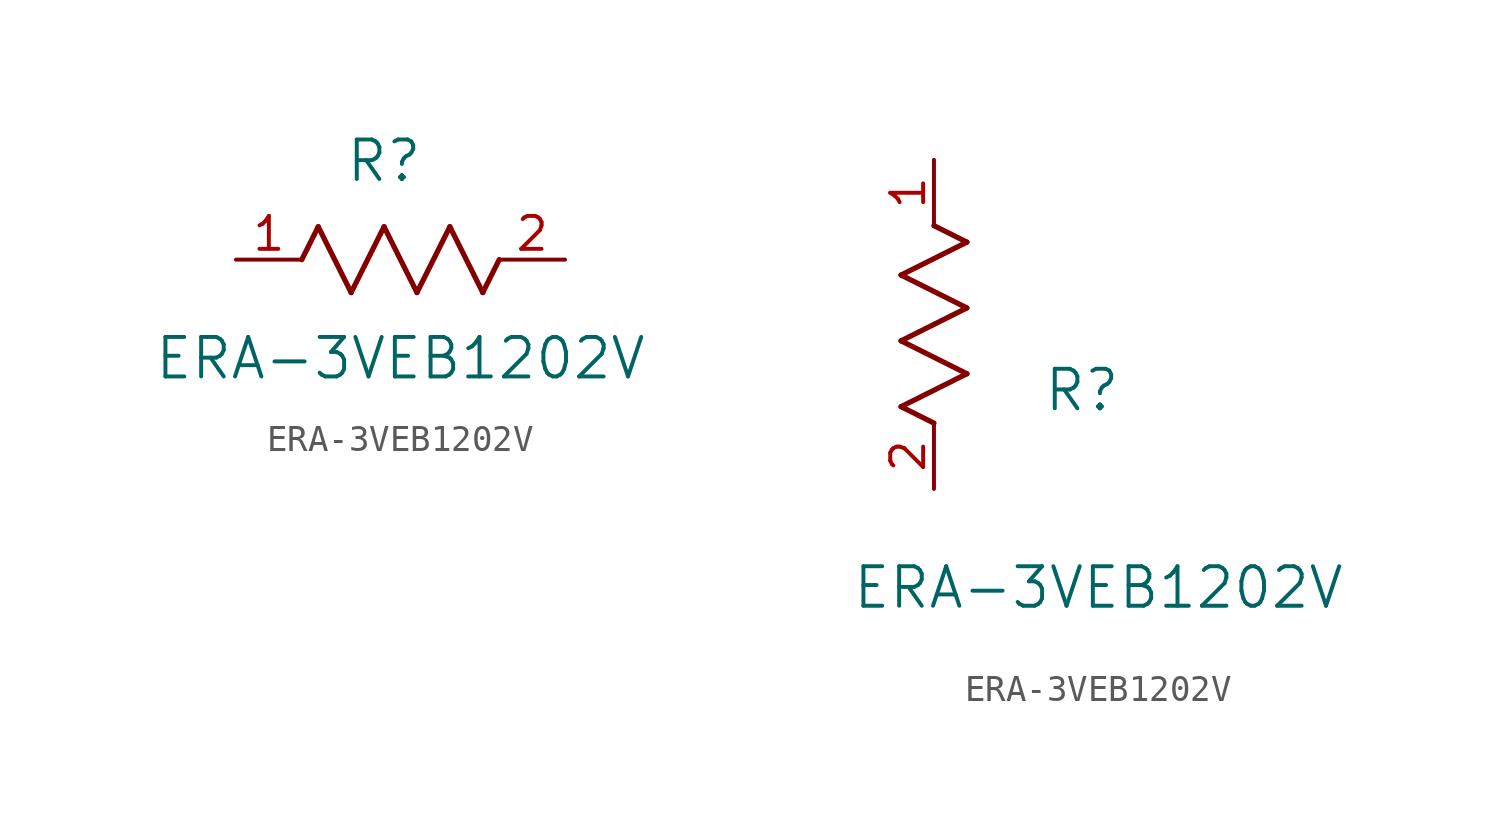
<source format=kicad_sym>
(kicad_symbol_lib
  (version 20211014)
  (generator kicad_symbol_editor)
  (symbol "ERA-3VEB1202V"
    (pin_names
      (offset 0.254))
    (property "Reference" "R"
      (at 5.715 3.81 0)
      (effects (font (size 1.524 1.524))))
    (property "Value" "ERA-3VEB1202V"
      (at 6.35 -3.81 0)
      (effects (font (size 1.524 1.524))))
    (symbol "ERA-3VEB1202V_1_1"
      (polyline (pts (xy 3.175 1.27) (xy 4.445 -1.27)) (stroke (width 0.203) (type default) (color 0 0 0 0)) (fill (type none)))
      (polyline (pts (xy 4.445 -1.27) (xy 5.715 1.27)) (stroke (width 0.203) (type default) (color 0 0 0 0)) (fill (type none)))
      (polyline (pts (xy 5.715 1.27) (xy 6.985 -1.27)) (stroke (width 0.203) (type default) (color 0 0 0 0)) (fill (type none)))
      (polyline (pts (xy 6.985 -1.27) (xy 8.255 1.27)) (stroke (width 0.203) (type default) (color 0 0 0 0)) (fill (type none)))
      (polyline (pts (xy 8.255 1.27) (xy 9.525 -1.27)) (stroke (width 0.203) (type default) (color 0 0 0 0)) (fill (type none)))
      (polyline (pts (xy 2.54 0) (xy 3.175 1.27)) (stroke (width 0.203) (type default) (color 0 0 0 0)) (fill (type none)))
      (polyline (pts (xy 9.525 -1.27) (xy 10.16 0)) (stroke (width 0.203) (type default) (color 0 0 0 0)) (fill (type none)))
      (pin unspecified line (at 0 0 0) (length 2.54) (name "" (effects (font (size 1.27 1.27)))) (number "1" (effects (font (size 1.27 1.27)))))
      (pin unspecified line (at 12.7 0 180) (length 2.54) (name "" (effects (font (size 1.27 1.27)))) (number "2" (effects (font (size 1.27 1.27))))))
    (symbol "ERA-3VEB1202V_1_2"
      (polyline (pts (xy 0 2.54) (xy -1.27 3.175)) (stroke (width 0.203) (type default) (color 0 0 0 0)) (fill (type none)))
      (polyline (pts (xy -1.27 3.175) (xy 1.27 4.445)) (stroke (width 0.203) (type default) (color 0 0 0 0)) (fill (type none)))
      (polyline (pts (xy 1.27 4.445) (xy -1.27 5.715)) (stroke (width 0.203) (type default) (color 0 0 0 0)) (fill (type none)))
      (polyline (pts (xy -1.27 5.715) (xy 1.27 6.985)) (stroke (width 0.203) (type default) (color 0 0 0 0)) (fill (type none)))
      (polyline (pts (xy -1.27 8.255) (xy 1.27 9.525)) (stroke (width 0.203) (type default) (color 0 0 0 0)) (fill (type none)))
      (polyline (pts (xy 1.27 9.525) (xy 0 10.16)) (stroke (width 0.203) (type default) (color 0 0 0 0)) (fill (type none)))
      (polyline (pts (xy 1.27 6.985) (xy -1.27 8.255)) (stroke (width 0.203) (type default) (color 0 0 0 0)) (fill (type none)))
      (pin unspecified line (at 0 12.7 270) (length 2.54) (name "" (effects (font (size 1.27 1.27)))) (number "1" (effects (font (size 1.27 1.27)))))
      (pin unspecified line (at 0 0 90) (length 2.54) (name "" (effects (font (size 1.27 1.27)))) (number "2" (effects (font (size 1.27 1.27))))))))
</source>
